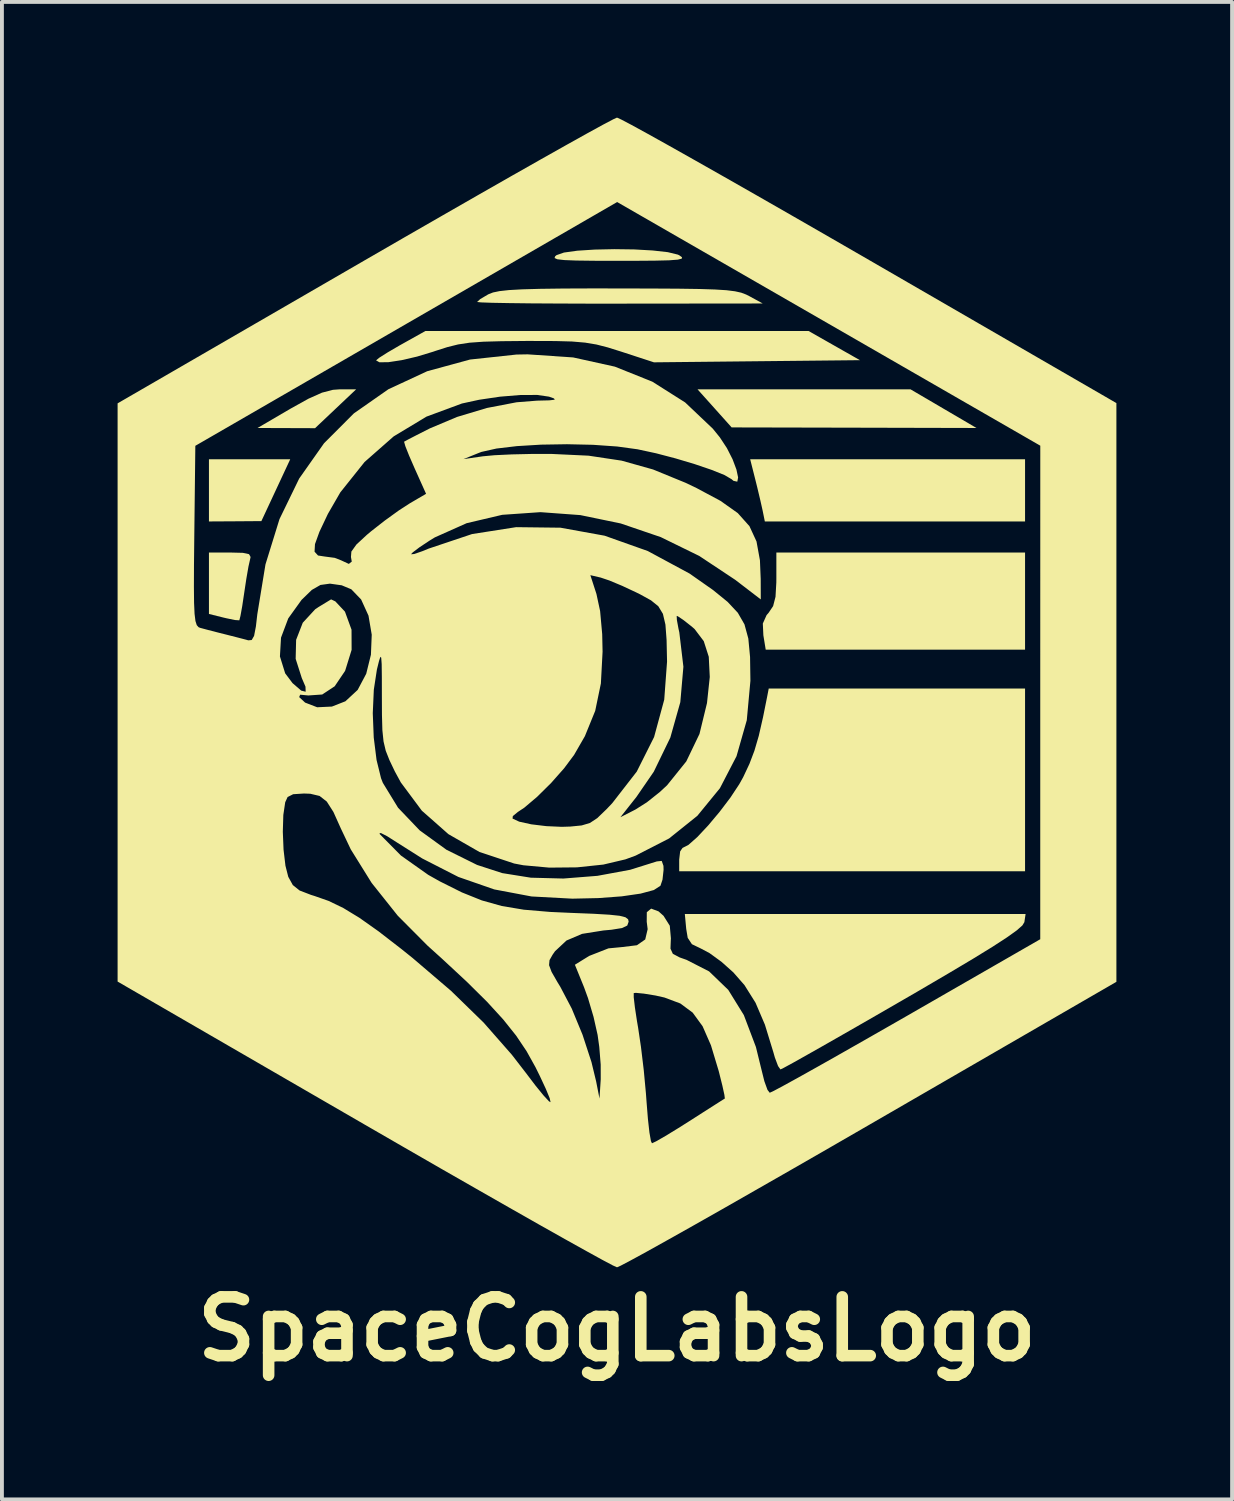
<source format=kicad_pcb>
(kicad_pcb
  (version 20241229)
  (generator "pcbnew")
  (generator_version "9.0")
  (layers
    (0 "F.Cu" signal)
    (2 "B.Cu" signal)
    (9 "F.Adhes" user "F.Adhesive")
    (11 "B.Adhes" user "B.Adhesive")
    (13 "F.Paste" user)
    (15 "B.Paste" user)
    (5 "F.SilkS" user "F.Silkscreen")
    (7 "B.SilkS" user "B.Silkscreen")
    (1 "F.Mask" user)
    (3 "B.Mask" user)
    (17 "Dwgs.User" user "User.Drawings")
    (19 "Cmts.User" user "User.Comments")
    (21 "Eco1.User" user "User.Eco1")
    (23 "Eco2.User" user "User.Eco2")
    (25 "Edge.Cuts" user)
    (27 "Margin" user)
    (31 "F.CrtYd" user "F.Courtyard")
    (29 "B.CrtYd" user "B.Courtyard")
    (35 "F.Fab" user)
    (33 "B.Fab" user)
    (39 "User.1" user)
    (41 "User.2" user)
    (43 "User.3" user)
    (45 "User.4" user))
  (footprint "SpaceCogLabsLogo"
    (layer "F.Cu")
    (at 12.952 14.909)
    (property "Reference" "SpaceCogLabsLogo" (at 0 16.51 0) (layer "F.SilkS") (effects (font (size 1.524 1.524) (thickness 0.3))))
    (attr board_only exclude_from_pos_files exclude_from_bom)
    (fp_poly (pts (xy -8.849 -5.246) (xy -9.223 -4.444) (xy -9.903 -4.439) (xy -10.583 -4.435) (xy -10.583 -6.048) (xy -8.475 -6.048)) (stroke (width 0) (type solid)) (fill yes) (layer "F.SilkS"))
    (fp_poly (pts (xy 9.323 -6.859) (xy 6.148 -6.867) (xy 2.973 -6.874) (xy 2.531 -7.368) (xy 2.088 -7.862) (xy 7.612 -7.862)) (stroke (width 0) (type solid)) (fill yes) (layer "F.SilkS"))
    (fp_poly (pts (xy 10.583 -4.435) (xy 3.834 -4.435) (xy 3.778 -4.712) (xy 3.72 -4.972) (xy 3.636 -5.325) (xy 3.588 -5.518) (xy 3.454 -6.048) (xy 10.583 -6.048)) (stroke (width 0) (type solid)) (fill yes) (layer "F.SilkS"))
    (fp_poly (pts (xy -7.298 -7.358) (xy -7.831 -6.854) (xy -9.323 -6.859) (xy -8.467 -7.36) (xy -8.003 -7.618) (xy -7.652 -7.775) (xy -7.367 -7.849) (xy -7.188 -7.862) (xy -6.765 -7.862)) (stroke (width 0) (type solid)) (fill yes) (layer "F.SilkS"))
    (fp_poly (pts (xy 10.583 -1.109) (xy 3.857 -1.109) (xy 3.796 -1.483) (xy 3.782 -1.788) (xy 3.88 -2.007) (xy 3.934 -2.069) (xy 4.049 -2.24) (xy 4.111 -2.481) (xy 4.132 -2.851) (xy 4.133 -2.955) (xy 4.133 -3.629) (xy 10.583 -3.629)) (stroke (width 0) (type solid)) (fill yes) (layer "F.SilkS"))
    (fp_poly (pts (xy -9.703 -3.621) (xy -9.544 -3.587) (xy -9.503 -3.514) (xy -9.516 -3.452) (xy -9.558 -3.266) (xy -9.613 -2.949) (xy -9.668 -2.585) (xy -9.72 -2.238) (xy -9.766 -1.983) (xy -9.795 -1.872) (xy -9.796 -1.871) (xy -9.904 -1.878) (xy -10.133 -1.925) (xy -10.205 -1.942) (xy -10.583 -2.036) (xy -10.583 -3.629) (xy -10.022 -3.629)) (stroke (width 0) (type solid)) (fill yes) (layer "F.SilkS"))
    (fp_poly (pts (xy 10.583 4.637) (xy 1.613 4.637) (xy 1.613 4.334) (xy 1.638 4.122) (xy 1.699 4.032) (xy 1.7 4.032) (xy 1.852 3.954) (xy 2.085 3.748) (xy 2.365 3.449) (xy 2.661 3.096) (xy 2.941 2.727) (xy 3.171 2.379) (xy 3.272 2.198) (xy 3.435 1.851) (xy 3.564 1.511) (xy 3.677 1.125) (xy 3.788 0.639) (xy 3.891 0.126) (xy 3.935 -0.101) (xy 10.583 -0.101)) (stroke (width 0) (type solid)) (fill yes) (layer "F.SilkS"))
    (fp_poly (pts (xy 0.446 -11.49) (xy 0.925 -11.463) (xy 1.318 -11.419) (xy 1.577 -11.356) (xy 1.613 -11.339) (xy 1.685 -11.288) (xy 1.68 -11.251) (xy 1.577 -11.225) (xy 1.353 -11.208) (xy 0.985 -11.199) (xy 0.452 -11.195) (xy 0.05 -11.195) (xy -0.593 -11.196) (xy -1.059 -11.202) (xy -1.369 -11.214) (xy -1.548 -11.235) (xy -1.619 -11.267) (xy -1.604 -11.312) (xy -1.568 -11.342) (xy -1.376 -11.409) (xy -1.03 -11.457) (xy -0.579 -11.486) (xy -0.071 -11.497)) (stroke (width 0) (type solid)) (fill yes) (layer "F.SilkS"))
    (fp_poly (pts (xy 6.3 -8.618) (xy 3.629 -8.59) (xy 0.958 -8.562) (xy 0.101 -8.842) (xy -0.24 -8.949) (xy -0.533 -9.024) (xy -0.826 -9.073) (xy -1.166 -9.102) (xy -1.599 -9.114) (xy -2.174 -9.116) (xy -2.369 -9.116) (xy -2.994 -9.11) (xy -3.464 -9.097) (xy -3.824 -9.071) (xy -4.121 -9.026) (xy -4.399 -8.957) (xy -4.706 -8.859) (xy -4.766 -8.838) (xy -5.185 -8.711) (xy -5.586 -8.618) (xy -5.927 -8.566) (xy -6.162 -8.563) (xy -6.249 -8.613) (xy -6.168 -8.68) (xy -5.954 -8.816) (xy -5.651 -8.993) (xy -5.61 -9.016) (xy -4.97 -9.374) (xy 4.97 -9.374)) (stroke (width 0) (type solid)) (fill yes) (layer "F.SilkS"))
    (fp_poly (pts (xy 0.02 -10.478) (xy 0.893 -10.476) (xy 1.588 -10.472) (xy 2.129 -10.464) (xy 2.539 -10.451) (xy 2.842 -10.432) (xy 3.062 -10.404) (xy 3.223 -10.368) (xy 3.347 -10.321) (xy 3.427 -10.281) (xy 3.78 -10.088) (xy 0.076 -10.084) (xy -0.766 -10.084) (xy -1.541 -10.087) (xy -2.226 -10.091) (xy -2.799 -10.098) (xy -3.239 -10.106) (xy -3.523 -10.116) (xy -3.628 -10.127) (xy -3.629 -10.127) (xy -3.549 -10.201) (xy -3.355 -10.316) (xy -3.331 -10.329) (xy -3.215 -10.374) (xy -3.046 -10.409) (xy -2.801 -10.436) (xy -2.458 -10.455) (xy -1.995 -10.468) (xy -1.391 -10.476) (xy -0.622 -10.479)) (stroke (width 0) (type solid)) (fill yes) (layer "F.SilkS"))
    (fp_poly (pts (xy 10.565 5.958) (xy 10.513 6.043) (xy 10.367 6.171) (xy 10.114 6.352) (xy 9.742 6.594) (xy 9.238 6.904) (xy 8.588 7.291) (xy 7.779 7.765) (xy 7.418 7.974) (xy 6.698 8.39) (xy 6.033 8.772) (xy 5.443 9.109) (xy 4.949 9.389) (xy 4.57 9.602) (xy 4.326 9.735) (xy 4.239 9.777) (xy 4.177 9.689) (xy 4.094 9.467) (xy 4.058 9.34) (xy 3.836 8.616) (xy 3.593 8.048) (xy 3.306 7.59) (xy 3.018 7.261) (xy 2.71 6.986) (xy 2.399 6.76) (xy 2.179 6.643) (xy 1.943 6.529) (xy 1.834 6.364) (xy 1.795 6.131) (xy 1.759 5.745) (xy 10.597 5.745)) (stroke (width 0) (type solid)) (fill yes) (layer "F.SilkS"))
    (fp_poly (pts (xy 0.11 -14.859) (xy 0.38 -14.717) (xy 0.796 -14.489) (xy 1.345 -14.183) (xy 2.011 -13.808) (xy 2.782 -13.371) (xy 3.642 -12.881) (xy 4.579 -12.344) (xy 5.577 -11.77) (xy 6.552 -11.207) (xy 12.952 -7.505) (xy 12.952 7.505) (xy 6.552 11.207) (xy 5.508 11.81) (xy 4.513 12.382) (xy 3.581 12.915) (xy 2.727 13.403) (xy 1.963 13.836) (xy 1.304 14.206) (xy 0.764 14.507) (xy 0.357 14.729) (xy 0.097 14.866) (xy 0 14.909) (xy -0.11 14.859) (xy -0.38 14.716) (xy -0.796 14.487) (xy -1.345 14.181) (xy -2.011 13.806) (xy -2.782 13.368) (xy -3.642 12.877) (xy -4.579 12.341) (xy -5.577 11.766) (xy -6.552 11.203) (xy -12.952 7.498) (xy -12.952 3.613) (xy -8.667 3.613) (xy -8.648 4.078) (xy -8.599 4.493) (xy -8.526 4.781) (xy -8.408 4.995) (xy -8.232 5.136) (xy -7.934 5.251) (xy -7.846 5.278) (xy -7.478 5.407) (xy -7.099 5.59) (xy -6.678 5.846) (xy -6.185 6.195) (xy -5.59 6.655) (xy -5.301 6.887) (xy -4.305 7.738) (xy -3.46 8.561) (xy -2.728 9.395) (xy -2.37 9.858) (xy -2.114 10.195) (xy -1.903 10.454) (xy -1.764 10.604) (xy -1.723 10.627) (xy -1.746 10.523) (xy -1.845 10.283) (xy -2.002 9.946) (xy -2.114 9.719) (xy -2.345 9.304) (xy -2.617 8.899) (xy -2.951 8.481) (xy -3.369 8.024) (xy -3.893 7.505) (xy -4.544 6.9) (xy -4.91 6.57) (xy -5.686 5.79) (xy -6.363 4.94) (xy -6.905 4.069) (xy -7.162 3.528) (xy -7.355 3.099) (xy -7.527 2.83) (xy -7.714 2.684) (xy -7.955 2.627) (xy -8.118 2.621) (xy -8.399 2.639) (xy -8.543 2.712) (xy -8.605 2.847) (xy -8.654 3.178) (xy -8.667 3.613) (xy -12.952 3.613) (xy -12.952 -0.934) (xy -8.742 -0.934) (xy -8.606 -0.496) (xy -8.414 -0.241) (xy -8.19 -0.048) (xy -8.075 -0.019) (xy -8.079 -0.15) (xy -8.175 -0.374) (xy -8.334 -0.872) (xy -8.322 -1.365) (xy -8.15 -1.808) (xy -7.828 -2.157) (xy -7.742 -2.215) (xy -7.415 -2.414) (xy -7.305 -2.362) (xy -7.06 -2.101) (xy -7.053 -2.089) (xy -6.885 -1.628) (xy -6.883 -1.104) (xy -7.049 -0.568) (xy -7.057 -0.552) (xy -7.322 -0.16) (xy -7.645 0.053) (xy -8.006 0.078) (xy -8.217 0.058) (xy -8.243 0.12) (xy -8.089 0.263) (xy -7.776 0.384) (xy -7.394 0.366) (xy -7.044 0.229) (xy -6.726 -0.066) (xy -6.504 -0.485) (xy -6.382 -0.979) (xy -6.361 -1.498) (xy -6.445 -1.992) (xy -6.636 -2.411) (xy -6.89 -2.675) (xy -7.139 -2.779) (xy -7.444 -2.822) (xy -7.446 -2.822) (xy -7.691 -2.788) (xy -7.914 -2.66) (xy -8.181 -2.401) (xy -8.526 -1.921) (xy -8.714 -1.421) (xy -8.742 -0.934) (xy -12.952 -0.934) (xy -12.952 -2.746) (xy -10.973 -2.746) (xy -10.969 -2.328) (xy -10.956 -2.039) (xy -10.933 -1.853) (xy -10.899 -1.746) (xy -10.852 -1.693) (xy -10.812 -1.676) (xy -10.607 -1.621) (xy -10.304 -1.543) (xy -10.18 -1.512) (xy -9.869 -1.433) (xy -9.623 -1.369) (xy -9.563 -1.352) (xy -9.474 -1.36) (xy -9.412 -1.468) (xy -9.365 -1.713) (xy -9.329 -2.026) (xy -9.117 -3.321) (xy -9.015 -3.651) (xy -7.844 -3.651) (xy -7.754 -3.552) (xy -7.585 -3.526) (xy -7.32 -3.491) (xy -7.156 -3.427) (xy -6.955 -3.334) (xy -6.879 -3.394) (xy -6.9 -3.514) (xy -6.889 -3.654) (xy -6.759 -3.836) (xy -6.487 -4.088) (xy -6.38 -4.178) (xy -6.022 -4.458) (xy -5.655 -4.723) (xy -5.377 -4.903) (xy -4.952 -5.152) (xy -5.25 -5.816) (xy -5.392 -6.142) (xy -5.489 -6.386) (xy -5.522 -6.501) (xy -5.521 -6.504) (xy -5.424 -6.557) (xy -5.194 -6.676) (xy -4.88 -6.835) (xy -4.853 -6.849) (xy -4.147 -7.146) (xy -3.37 -7.379) (xy -2.604 -7.526) (xy -2.075 -7.568) (xy -1.754 -7.576) (xy -1.614 -7.593) (xy -1.635 -7.626) (xy -1.764 -7.672) (xy -2.07 -7.716) (xy -2.513 -7.714) (xy -3.035 -7.671) (xy -3.576 -7.591) (xy -4.022 -7.494) (xy -4.941 -7.154) (xy -5.792 -6.641) (xy -6.547 -5.977) (xy -7.176 -5.189) (xy -7.498 -4.631) (xy -7.718 -4.166) (xy -7.833 -3.847) (xy -7.844 -3.651) (xy -9.015 -3.651) (xy -8.753 -4.497) (xy -8.243 -5.547) (xy -7.598 -6.463) (xy -6.824 -7.238) (xy -5.93 -7.863) (xy -4.923 -8.331) (xy -3.813 -8.634) (xy -2.606 -8.764) (xy -2.318 -8.769) (xy -1.138 -8.689) (xy -0.056 -8.45) (xy 0.917 -8.06) (xy 1.767 -7.522) (xy 2.484 -6.842) (xy 2.668 -6.615) (xy 2.85 -6.338) (xy 2.997 -6.049) (xy 3.097 -5.783) (xy 3.141 -5.577) (xy 3.12 -5.467) (xy 3.022 -5.488) (xy 2.968 -5.533) (xy 2.786 -5.639) (xy 2.453 -5.773) (xy 2.015 -5.922) (xy 1.52 -6.07) (xy 1.013 -6.203) (xy 0.54 -6.305) (xy 0.537 -6.306) (xy 0.004 -6.379) (xy -0.623 -6.423) (xy -1.297 -6.438) (xy -1.97 -6.427) (xy -2.595 -6.389) (xy -3.126 -6.326) (xy -3.514 -6.239) (xy -3.578 -6.215) (xy -3.981 -6.052) (xy -3.477 -6.125) (xy -3.175 -6.153) (xy -2.732 -6.174) (xy -2.211 -6.186) (xy -1.713 -6.187) (xy -0.738 -6.141) (xy 0.12 -6.012) (xy 0.935 -5.783) (xy 1.78 -5.437) (xy 2.066 -5.3) (xy 2.684 -4.969) (xy 3.132 -4.652) (xy 3.435 -4.313) (xy 3.618 -3.917) (xy 3.707 -3.428) (xy 3.727 -2.945) (xy 3.729 -2.413) (xy 3.068 -2.92) (xy 2.134 -3.54) (xy 1.135 -4.029) (xy 0.097 -4.383) (xy -0.952 -4.6) (xy -1.986 -4.676) (xy -2.977 -4.607) (xy -3.899 -4.39) (xy -4.724 -4.022) (xy -4.863 -3.937) (xy -5.124 -3.764) (xy -5.298 -3.632) (xy -5.342 -3.584) (xy -5.259 -3.591) (xy -5.048 -3.664) (xy -4.884 -3.731) (xy -3.76 -4.108) (xy -2.616 -4.287) (xy -1.466 -4.273) (xy -0.323 -4.066) (xy 0.798 -3.668) (xy 1.883 -3.083) (xy 2.493 -2.655) (xy 2.869 -2.349) (xy 3.133 -2.067) (xy 3.306 -1.766) (xy 3.406 -1.398) (xy 3.451 -0.92) (xy 3.46 -0.302) (xy 3.366 0.72) (xy 3.1 1.653) (xy 2.669 2.484) (xy 2.084 3.199) (xy 1.352 3.786) (xy 0.484 4.231) (xy 0.217 4.329) (xy -0.355 4.464) (xy -1.039 4.536) (xy -1.756 4.543) (xy -2.426 4.482) (xy -2.668 4.436) (xy -3.567 4.137) (xy -4.372 3.675) (xy -4.829 3.271) (xy -2.709 3.271) (xy -2.536 3.351) (xy -2.223 3.42) (xy -1.834 3.467) (xy -1.433 3.485) (xy -1.21 3.478) (xy -0.917 3.449) (xy -0.704 3.386) (xy -0.509 3.257) (xy -0.488 3.236) (xy 0.088 3.236) (xy 0.477 3.037) (xy 0.773 2.85) (xy 1.108 2.584) (xy 1.299 2.407) (xy 1.797 1.788) (xy 2.139 1.076) (xy 2.334 0.275) (xy 2.406 -0.401) (xy 2.38 -0.926) (xy 2.25 -1.331) (xy 2.012 -1.645) (xy 1.94 -1.708) (xy 1.721 -1.88) (xy 1.576 -1.977) (xy 1.548 -1.985) (xy 1.553 -1.881) (xy 1.595 -1.652) (xy 1.616 -1.559) (xy 1.722 -0.667) (xy 1.642 0.252) (xy 1.383 1.17) (xy 0.953 2.057) (xy 0.505 2.708) (xy 0.088 3.236) (xy -0.488 3.236) (xy -0.27 3.026) (xy -0.124 2.872) (xy 0.512 2.053) (xy 0.962 1.156) (xy 1.225 0.187) (xy 1.298 -0.799) (xy 1.286 -1.361) (xy 1.256 -1.76) (xy 1.191 -2.038) (xy 1.072 -2.235) (xy 0.882 -2.389) (xy 0.603 -2.543) (xy 0.504 -2.592) (xy 0.137 -2.764) (xy -0.196 -2.903) (xy -0.421 -2.979) (xy -0.691 -3.042) (xy -0.533 -2.554) (xy -0.438 -2.111) (xy -0.384 -1.513) (xy -0.374 -1.058) (xy -0.418 -0.233) (xy -0.565 0.476) (xy -0.833 1.134) (xy -1.113 1.62) (xy -1.372 1.967) (xy -1.709 2.348) (xy -2.071 2.706) (xy -2.404 2.988) (xy -2.571 3.099) (xy -2.702 3.207) (xy -2.709 3.271) (xy -4.829 3.271) (xy -5.061 3.067) (xy -5.607 2.333) (xy -5.763 2.046) (xy -5.903 1.752) (xy -5.998 1.511) (xy -6.055 1.27) (xy -6.085 0.978) (xy -6.096 0.582) (xy -6.098 0.114) (xy -6.099 -0.402) (xy -6.103 -0.734) (xy -6.115 -0.902) (xy -6.137 -0.924) (xy -6.172 -0.817) (xy -6.225 -0.602) (xy -6.227 -0.594) (xy -6.307 -0.071) (xy -6.334 0.538) (xy -6.309 1.167) (xy -6.236 1.751) (xy -6.12 2.223) (xy -6.073 2.344) (xy -5.678 2.99) (xy -5.118 3.576) (xy -4.424 4.079) (xy -3.629 4.473) (xy -2.977 4.685) (xy -2.236 4.804) (xy -1.39 4.826) (xy -0.508 4.756) (xy 0.341 4.599) (xy 1.033 4.382) (xy 1.16 4.369) (xy 1.205 4.497) (xy 1.208 4.601) (xy 1.18 4.856) (xy 1.127 5.013) (xy 0.956 5.124) (xy 0.612 5.217) (xy 0.122 5.288) (xy -0.486 5.333) (xy -1.159 5.348) (xy -2.216 5.291) (xy -3.184 5.108) (xy -4.113 4.785) (xy -5.05 4.306) (xy -5.695 3.898) (xy -5.962 3.728) (xy -6.127 3.644) (xy -6.162 3.66) (xy -6.148 3.679) (xy -5.604 4.229) (xy -4.896 4.73) (xy -4.594 4.9) (xy -4.024 5.185) (xy -3.507 5.393) (xy -2.99 5.538) (xy -2.418 5.634) (xy -1.736 5.692) (xy -1.184 5.717) (xy -0.605 5.74) (xy -0.197 5.764) (xy 0.068 5.792) (xy 0.22 5.831) (xy 0.288 5.883) (xy 0.302 5.945) (xy 0.266 6.045) (xy 0.131 6.11) (xy -0.144 6.154) (xy -0.353 6.173) (xy -0.906 6.261) (xy -1.311 6.434) (xy -1.608 6.712) (xy -1.67 6.801) (xy -1.75 6.942) (xy -1.762 7.073) (xy -1.696 7.249) (xy -1.538 7.524) (xy -1.472 7.631) (xy -1.174 8.198) (xy -0.893 8.879) (xy -0.662 9.587) (xy -0.541 10.088) (xy -0.454 10.533) (xy -0.422 10.032) (xy -0.423 9.649) (xy -0.46 9.19) (xy -0.503 8.882) (xy -0.608 8.415) (xy -0.755 7.918) (xy -0.76 7.906) (xy 0.434 7.906) (xy 0.464 8.166) (xy 0.519 8.529) (xy 0.548 8.697) (xy 0.622 9.196) (xy 0.694 9.796) (xy 0.75 10.396) (xy 0.767 10.626) (xy 0.802 11.062) (xy 0.841 11.412) (xy 0.88 11.634) (xy 0.907 11.692) (xy 1.016 11.641) (xy 1.256 11.503) (xy 1.588 11.3) (xy 1.875 11.119) (xy 2.245 10.882) (xy 2.546 10.69) (xy 2.741 10.566) (xy 2.797 10.531) (xy 2.785 10.435) (xy 2.732 10.194) (xy 2.648 9.858) (xy 2.638 9.819) (xy 2.437 9.152) (xy 2.22 8.657) (xy 1.963 8.304) (xy 1.642 8.066) (xy 1.231 7.912) (xy 1 7.86) (xy 0.699 7.811) (xy 0.491 7.791) (xy 0.434 7.797) (xy 0.434 7.906) (xy -0.76 7.906) (xy -0.854 7.647) (xy -1.092 7.062) (xy -0.722 6.833) (xy -0.222 6.637) (xy 0.133 6.603) (xy 0.516 6.556) (xy 0.732 6.406) (xy 0.795 6.139) (xy 0.771 5.946) (xy 0.773 5.699) (xy 0.886 5.606) (xy 1.078 5.678) (xy 1.207 5.793) (xy 1.369 6.05) (xy 1.398 6.378) (xy 1.396 6.408) (xy 1.387 6.644) (xy 1.448 6.778) (xy 1.625 6.872) (xy 1.804 6.935) (xy 2.388 7.234) (xy 2.885 7.713) (xy 3.29 8.368) (xy 3.603 9.195) (xy 3.742 9.762) (xy 3.822 10.083) (xy 3.903 10.307) (xy 3.961 10.382) (xy 4.066 10.333) (xy 4.326 10.194) (xy 4.722 9.976) (xy 5.235 9.689) (xy 5.845 9.344) (xy 6.534 8.952) (xy 7.283 8.524) (xy 7.515 8.391) (xy 10.977 6.4) (xy 10.977 0) (xy 10.978 -6.4) (xy 5.491 -9.56) (xy 0.004 -12.719) (xy -5.466 -9.558) (xy -10.936 -6.397) (xy -10.963 -4.063) (xy -10.971 -3.316) (xy -10.973 -2.746) (xy -12.952 -2.746) (xy -12.952 -7.498) (xy -6.552 -11.203) (xy -5.508 -11.806) (xy -4.513 -12.378) (xy -3.582 -12.912) (xy -2.727 -13.4) (xy -1.963 -13.833) (xy -1.304 -14.204) (xy -0.764 -14.505) (xy -0.357 -14.728) (xy -0.097 -14.865) (xy 0 -14.909)) (stroke (width 0) (type solid)) (fill yes) (layer "F.SilkS")))
  (gr_rect
    (start -3 -3)
    (end 28.904 35.837)
    (stroke (width 0.1) (type default))
    (fill no)
    (layer "Edge.Cuts")))
</source>
